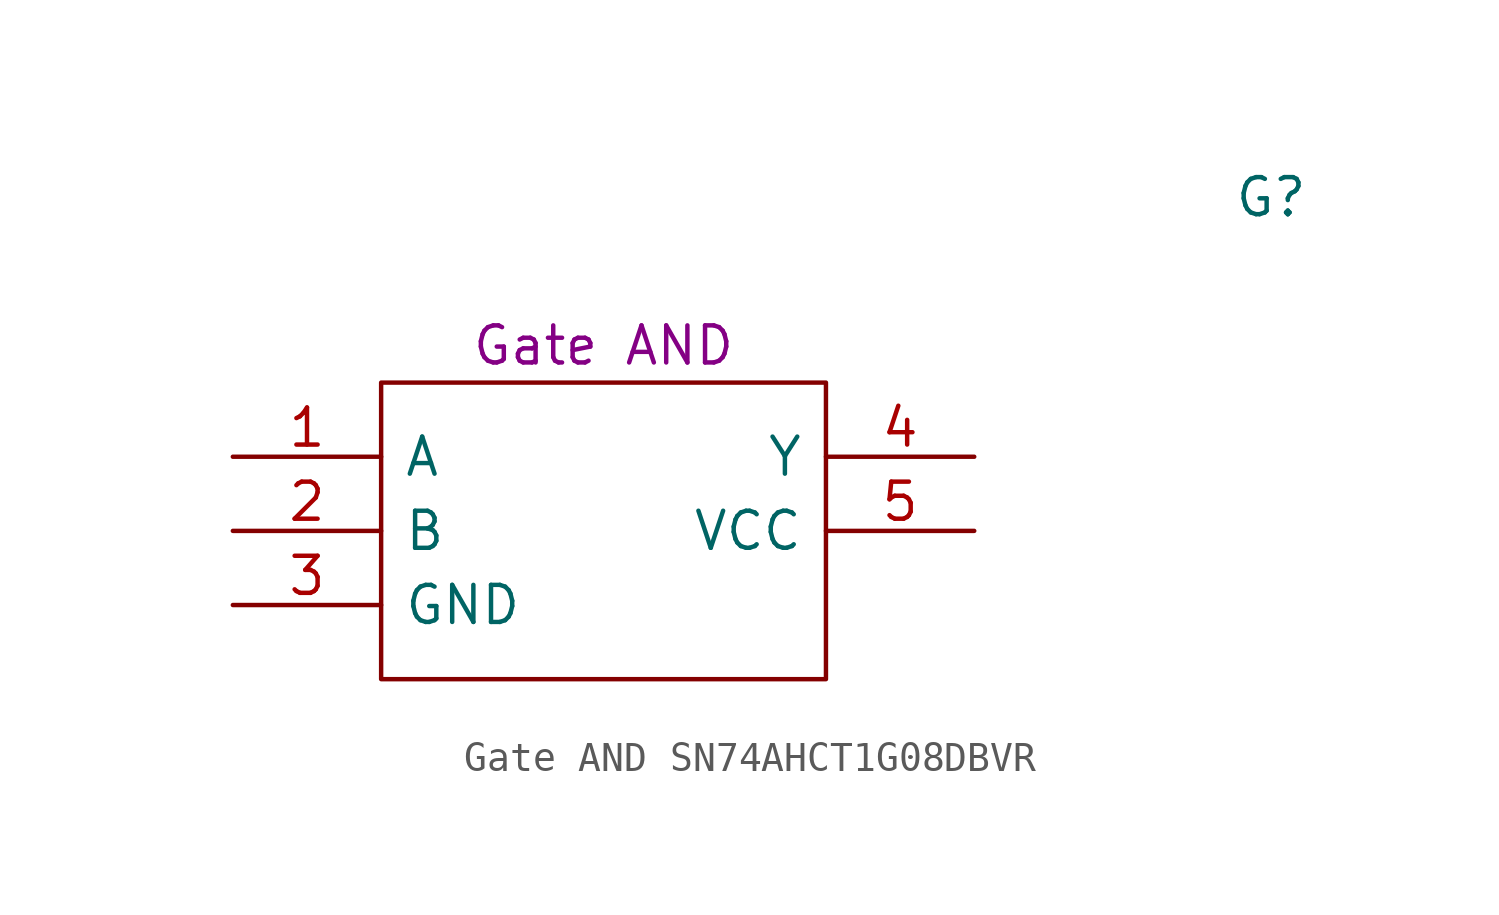
<source format=kicad_sym>
(kicad_symbol_lib
  (version 20220914)
  (generator kicad_symbol_editor)
  (symbol "Gate AND SN74AHCT1G08DBVR"
    (pin_names
      (offset 0.762))
    (property "Reference" "G"
      (at 34.29 8.89 0)
      (effects (font (size 1.27 1.27)) (justify left)))
    (property "Render Name" "Gate AND"
      (at 12.7 3.81 0)
      (effects (font (size 1.27 1.27))))
    (symbol "Gate AND SN74AHCT1G08DBVR_0_0"
      (pin passive line (at 0 0 0) (length 5.08) (name "A" (effects (font (size 1.27 1.27)))) (number "1" (effects (font (size 1.27 1.27)))))
      (pin passive line (at 0 -2.54 0) (length 5.08) (name "B" (effects (font (size 1.27 1.27)))) (number "2" (effects (font (size 1.27 1.27)))))
      (pin passive line (at 0 -5.08 0) (length 5.08) (name "GND" (effects (font (size 1.27 1.27)))) (number "3" (effects (font (size 1.27 1.27)))))
      (pin passive line (at 25.4 0 180) (length 5.08) (name "Y" (effects (font (size 1.27 1.27)))) (number "4" (effects (font (size 1.27 1.27)))))
      (pin passive line (at 25.4 -2.54 180) (length 5.08) (name "VCC" (effects (font (size 1.27 1.27)))) (number "5" (effects (font (size 1.27 1.27))))))
    (symbol "Gate AND SN74AHCT1G08DBVR_0_1"
      (polyline (pts (xy 5.08 2.54) (xy 20.32 2.54) (xy 20.32 -7.62) (xy 5.08 -7.62) (xy 5.08 2.54)) (stroke (width 0.152) (type default)) (fill (type none))))))
</source>
